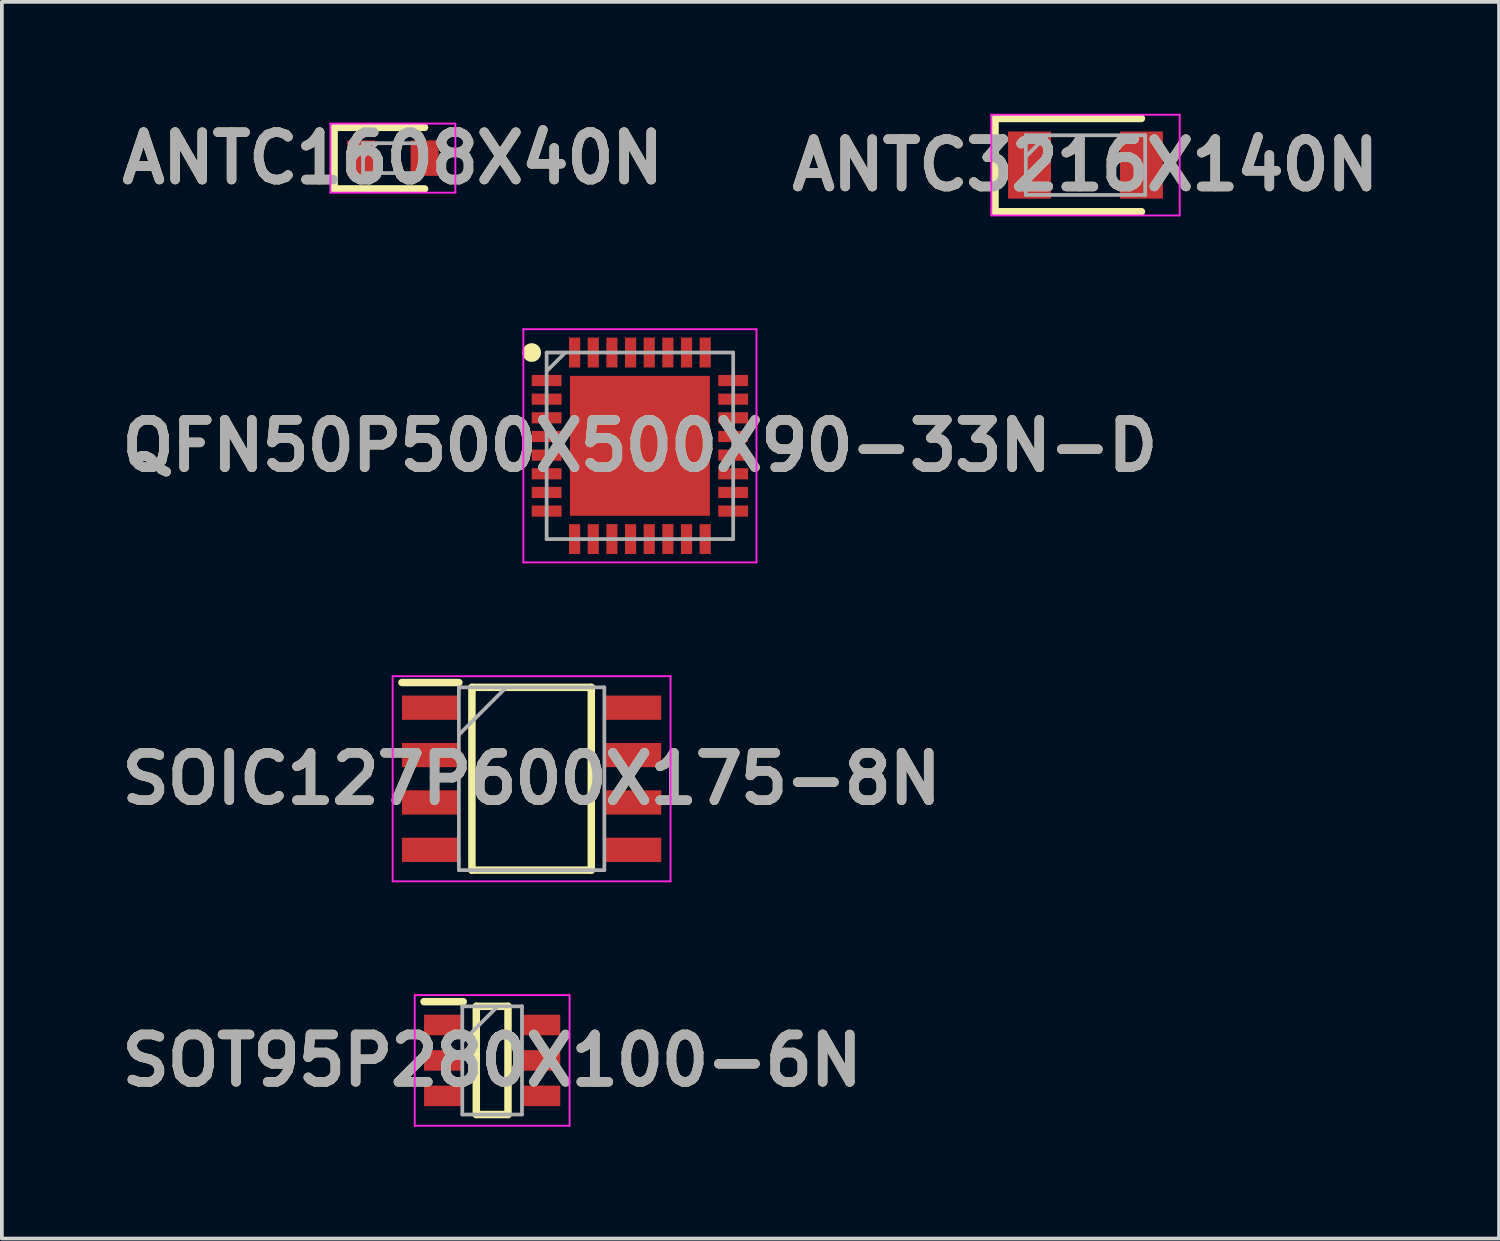
<source format=kicad_pcb>
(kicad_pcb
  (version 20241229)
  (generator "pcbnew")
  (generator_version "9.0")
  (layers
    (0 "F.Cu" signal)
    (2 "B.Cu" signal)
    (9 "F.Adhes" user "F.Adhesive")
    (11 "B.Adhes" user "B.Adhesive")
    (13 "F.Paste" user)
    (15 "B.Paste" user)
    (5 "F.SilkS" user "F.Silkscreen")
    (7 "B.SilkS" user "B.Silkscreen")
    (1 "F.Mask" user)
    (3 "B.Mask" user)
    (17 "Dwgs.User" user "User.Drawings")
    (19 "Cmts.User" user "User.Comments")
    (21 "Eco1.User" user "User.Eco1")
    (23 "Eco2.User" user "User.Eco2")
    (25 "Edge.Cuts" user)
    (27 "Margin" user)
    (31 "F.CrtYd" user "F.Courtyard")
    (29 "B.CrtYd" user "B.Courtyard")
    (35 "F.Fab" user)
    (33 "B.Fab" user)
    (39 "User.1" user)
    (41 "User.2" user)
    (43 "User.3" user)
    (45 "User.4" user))
  (footprint "QFN50P500X500X90-33N-D"
    (layer "F.Cu")
    (at 14.103 8.9)
    (property "Reference" "QFN50P500X500X90-33N-D" (at 0 0 0) (layer "F.SilkS") (effects (font (size 1.27 1.27) (thickness 0.254))))
    (attr smd)
    (fp_circle (center -2.9 -2.5) (end -2.9 -2.375) (stroke (width 0.25) (type solid)) (fill no) (layer "F.SilkS"))
    (fp_line (start -3.125 -3.125) (end 3.125 -3.125) (stroke (width 0.05) (type solid)) (layer "F.CrtYd"))
    (fp_line (start -3.125 3.125) (end -3.125 -3.125) (stroke (width 0.05) (type solid)) (layer "F.CrtYd"))
    (fp_line (start 3.125 -3.125) (end 3.125 3.125) (stroke (width 0.05) (type solid)) (layer "F.CrtYd"))
    (fp_line (start 3.125 3.125) (end -3.125 3.125) (stroke (width 0.05) (type solid)) (layer "F.CrtYd"))
    (fp_line (start -2.5 -2.5) (end 2.5 -2.5) (stroke (width 0.1) (type solid)) (layer "F.Fab"))
    (fp_line (start -2.5 -2) (end -2 -2.5) (stroke (width 0.1) (type solid)) (layer "F.Fab"))
    (fp_line (start -2.5 2.5) (end -2.5 -2.5) (stroke (width 0.1) (type solid)) (layer "F.Fab"))
    (fp_line (start 2.5 -2.5) (end 2.5 2.5) (stroke (width 0.1) (type solid)) (layer "F.Fab"))
    (fp_line (start 2.5 2.5) (end -2.5 2.5) (stroke (width 0.1) (type solid)) (layer "F.Fab"))
    (fp_text user "${REFERENCE}" (at 0 0 0) (layer "F.Fab") (effects (font (size 1.27 1.27) (thickness 0.254))))
    (pad "1" smd rect (at -2.5 -1.75 90) (size 0.3 0.8) (layers "F.Cu" "F.Mask" "F.Paste"))
    (pad "2" smd rect (at -2.5 -1.25 90) (size 0.3 0.8) (layers "F.Cu" "F.Mask" "F.Paste"))
    (pad "3" smd rect (at -2.5 -0.75 90) (size 0.3 0.8) (layers "F.Cu" "F.Mask" "F.Paste"))
    (pad "4" smd rect (at -2.5 -0.25 90) (size 0.3 0.8) (layers "F.Cu" "F.Mask" "F.Paste"))
    (pad "5" smd rect (at -2.5 0.25 90) (size 0.3 0.8) (layers "F.Cu" "F.Mask" "F.Paste"))
    (pad "6" smd rect (at -2.5 0.75 90) (size 0.3 0.8) (layers "F.Cu" "F.Mask" "F.Paste"))
    (pad "7" smd rect (at -2.5 1.25 90) (size 0.3 0.8) (layers "F.Cu" "F.Mask" "F.Paste"))
    (pad "8" smd rect (at -2.5 1.75 90) (size 0.3 0.8) (layers "F.Cu" "F.Mask" "F.Paste"))
    (pad "9" smd rect (at -1.75 2.5) (size 0.3 0.8) (layers "F.Cu" "F.Mask" "F.Paste"))
    (pad "10" smd rect (at -1.25 2.5) (size 0.3 0.8) (layers "F.Cu" "F.Mask" "F.Paste"))
    (pad "11" smd rect (at -0.75 2.5) (size 0.3 0.8) (layers "F.Cu" "F.Mask" "F.Paste"))
    (pad "12" smd rect (at -0.25 2.5) (size 0.3 0.8) (layers "F.Cu" "F.Mask" "F.Paste"))
    (pad "13" smd rect (at 0.25 2.5) (size 0.3 0.8) (layers "F.Cu" "F.Mask" "F.Paste"))
    (pad "14" smd rect (at 0.75 2.5) (size 0.3 0.8) (layers "F.Cu" "F.Mask" "F.Paste"))
    (pad "15" smd rect (at 1.25 2.5) (size 0.3 0.8) (layers "F.Cu" "F.Mask" "F.Paste"))
    (pad "16" smd rect (at 1.75 2.5) (size 0.3 0.8) (layers "F.Cu" "F.Mask" "F.Paste"))
    (pad "17" smd rect (at 2.5 1.75 90) (size 0.3 0.8) (layers "F.Cu" "F.Mask" "F.Paste"))
    (pad "18" smd rect (at 2.5 1.25 90) (size 0.3 0.8) (layers "F.Cu" "F.Mask" "F.Paste"))
    (pad "19" smd rect (at 2.5 0.75 90) (size 0.3 0.8) (layers "F.Cu" "F.Mask" "F.Paste"))
    (pad "20" smd rect (at 2.5 0.25 90) (size 0.3 0.8) (layers "F.Cu" "F.Mask" "F.Paste"))
    (pad "21" smd rect (at 2.5 -0.25 90) (size 0.3 0.8) (layers "F.Cu" "F.Mask" "F.Paste"))
    (pad "22" smd rect (at 2.5 -0.75 90) (size 0.3 0.8) (layers "F.Cu" "F.Mask" "F.Paste"))
    (pad "23" smd rect (at 2.5 -1.25 90) (size 0.3 0.8) (layers "F.Cu" "F.Mask" "F.Paste"))
    (pad "24" smd rect (at 2.5 -1.75 90) (size 0.3 0.8) (layers "F.Cu" "F.Mask" "F.Paste"))
    (pad "25" smd rect (at 1.75 -2.5) (size 0.3 0.8) (layers "F.Cu" "F.Mask" "F.Paste"))
    (pad "26" smd rect (at 1.25 -2.5) (size 0.3 0.8) (layers "F.Cu" "F.Mask" "F.Paste"))
    (pad "27" smd rect (at 0.75 -2.5) (size 0.3 0.8) (layers "F.Cu" "F.Mask" "F.Paste"))
    (pad "28" smd rect (at 0.25 -2.5) (size 0.3 0.8) (layers "F.Cu" "F.Mask" "F.Paste"))
    (pad "29" smd rect (at -0.25 -2.5) (size 0.3 0.8) (layers "F.Cu" "F.Mask" "F.Paste"))
    (pad "30" smd rect (at -0.75 -2.5) (size 0.3 0.8) (layers "F.Cu" "F.Mask" "F.Paste"))
    (pad "31" smd rect (at -1.25 -2.5) (size 0.3 0.8) (layers "F.Cu" "F.Mask" "F.Paste"))
    (pad "32" smd rect (at -1.75 -2.5) (size 0.3 0.8) (layers "F.Cu" "F.Mask" "F.Paste"))
    (pad "33" smd rect (at 0 0) (size 3.75 3.75) (layers "F.Cu" "F.Mask" "F.Paste")))
  (footprint "SOT95P280X100-6N"
    (layer "F.Cu")
    (at 10.142 25.375)
    (property "Reference" "SOT95P280X100-6N" (at 0 0 0) (layer "F.SilkS") (effects (font (size 1.27 1.27) (thickness 0.254))))
    (attr smd)
    (fp_line (start -1.825 -1.575) (end -0.775 -1.575) (stroke (width 0.2) (type solid)) (layer "F.SilkS"))
    (fp_line (start -0.425 -1.45) (end 0.425 -1.45) (stroke (width 0.2) (type solid)) (layer "F.SilkS"))
    (fp_line (start -0.425 1.45) (end -0.425 -1.45) (stroke (width 0.2) (type solid)) (layer "F.SilkS"))
    (fp_line (start 0.425 -1.45) (end 0.425 1.45) (stroke (width 0.2) (type solid)) (layer "F.SilkS"))
    (fp_line (start 0.425 1.45) (end -0.425 1.45) (stroke (width 0.2) (type solid)) (layer "F.SilkS"))
    (fp_line (start -2.075 -1.75) (end 2.075 -1.75) (stroke (width 0.05) (type solid)) (layer "F.CrtYd"))
    (fp_line (start -2.075 1.75) (end -2.075 -1.75) (stroke (width 0.05) (type solid)) (layer "F.CrtYd"))
    (fp_line (start 2.075 -1.75) (end 2.075 1.75) (stroke (width 0.05) (type solid)) (layer "F.CrtYd"))
    (fp_line (start 2.075 1.75) (end -2.075 1.75) (stroke (width 0.05) (type solid)) (layer "F.CrtYd"))
    (fp_line (start -0.8 -1.45) (end 0.8 -1.45) (stroke (width 0.1) (type solid)) (layer "F.Fab"))
    (fp_line (start -0.8 -0.5) (end 0.15 -1.45) (stroke (width 0.1) (type solid)) (layer "F.Fab"))
    (fp_line (start -0.8 1.45) (end -0.8 -1.45) (stroke (width 0.1) (type solid)) (layer "F.Fab"))
    (fp_line (start 0.8 -1.45) (end 0.8 1.45) (stroke (width 0.1) (type solid)) (layer "F.Fab"))
    (fp_line (start 0.8 1.45) (end -0.8 1.45) (stroke (width 0.1) (type solid)) (layer "F.Fab"))
    (fp_text user "${REFERENCE}" (at 0 0 0) (layer "F.Fab") (effects (font (size 1.27 1.27) (thickness 0.254))))
    (pad "1" smd rect (at -1.3 -0.95 90) (size 0.55 1.05) (layers "F.Cu" "F.Mask" "F.Paste"))
    (pad "2" smd rect (at -1.3 0 90) (size 0.55 1.05) (layers "F.Cu" "F.Mask" "F.Paste"))
    (pad "3" smd rect (at -1.3 0.95 90) (size 0.55 1.05) (layers "F.Cu" "F.Mask" "F.Paste"))
    (pad "4" smd rect (at 1.3 0.95 90) (size 0.55 1.05) (layers "F.Cu" "F.Mask" "F.Paste"))
    (pad "5" smd rect (at 1.3 0 90) (size 0.55 1.05) (layers "F.Cu" "F.Mask" "F.Paste"))
    (pad "6" smd rect (at 1.3 -0.95 90) (size 0.55 1.05) (layers "F.Cu" "F.Mask" "F.Paste")))
  (footprint "ANTC3216X140N"
    (layer "F.Cu")
    (at 26.047 1.375)
    (property "Reference" "ANTC3216X140N" (at 0 0 0) (layer "F.SilkS") (effects (font (size 1.27 1.27) (thickness 0.254))))
    (attr smd)
    (fp_line (start -2.425 -1.25) (end -2.425 1.25) (stroke (width 0.2) (type solid)) (layer "F.SilkS"))
    (fp_line (start -2.425 1.25) (end 1.5 1.25) (stroke (width 0.2) (type solid)) (layer "F.SilkS"))
    (fp_line (start 1.5 -1.25) (end -2.425 -1.25) (stroke (width 0.2) (type solid)) (layer "F.SilkS"))
    (fp_line (start -2.525 -1.35) (end 2.525 -1.35) (stroke (width 0.05) (type solid)) (layer "F.CrtYd"))
    (fp_line (start -2.525 1.35) (end -2.525 -1.35) (stroke (width 0.05) (type solid)) (layer "F.CrtYd"))
    (fp_line (start 2.525 -1.35) (end 2.525 1.35) (stroke (width 0.05) (type solid)) (layer "F.CrtYd"))
    (fp_line (start 2.525 1.35) (end -2.525 1.35) (stroke (width 0.05) (type solid)) (layer "F.CrtYd"))
    (fp_line (start -1.6 -0.8) (end 1.6 -0.8) (stroke (width 0.1) (type solid)) (layer "F.Fab"))
    (fp_line (start -1.6 -0.225) (end -1.025 -0.8) (stroke (width 0.1) (type solid)) (layer "F.Fab"))
    (fp_line (start -1.6 0.8) (end -1.6 -0.8) (stroke (width 0.1) (type solid)) (layer "F.Fab"))
    (fp_line (start 1.6 -0.8) (end 1.6 0.8) (stroke (width 0.1) (type solid)) (layer "F.Fab"))
    (fp_line (start 1.6 0.8) (end -1.6 0.8) (stroke (width 0.1) (type solid)) (layer "F.Fab"))
    (fp_text user "${REFERENCE}" (at 0 0 0) (layer "F.Fab") (effects (font (size 1.27 1.27) (thickness 0.254))))
    (pad "1" smd rect (at -1.5 0) (size 1.15 1.8) (layers "F.Cu" "F.Mask" "F.Paste"))
    (pad "2" smd rect (at 1.5 0) (size 1.15 1.8) (layers "F.Cu" "F.Mask" "F.Paste")))
  (footprint "SOIC127P600X175-8N"
    (layer "F.Cu")
    (at 11.2 17.825)
    (property "Reference" "SOIC127P600X175-8N" (at 0 0 0) (layer "F.SilkS") (effects (font (size 1.27 1.27) (thickness 0.254))))
    (attr smd)
    (fp_line (start -3.475 -2.58) (end -1.95 -2.58) (stroke (width 0.2) (type solid)) (layer "F.SilkS"))
    (fp_line (start -1.6 -2.45) (end 1.6 -2.45) (stroke (width 0.2) (type solid)) (layer "F.SilkS"))
    (fp_line (start -1.6 2.45) (end -1.6 -2.45) (stroke (width 0.2) (type solid)) (layer "F.SilkS"))
    (fp_line (start 1.6 -2.45) (end 1.6 2.45) (stroke (width 0.2) (type solid)) (layer "F.SilkS"))
    (fp_line (start 1.6 2.45) (end -1.6 2.45) (stroke (width 0.2) (type solid)) (layer "F.SilkS"))
    (fp_line (start -3.725 -2.75) (end 3.725 -2.75) (stroke (width 0.05) (type solid)) (layer "F.CrtYd"))
    (fp_line (start -3.725 2.75) (end -3.725 -2.75) (stroke (width 0.05) (type solid)) (layer "F.CrtYd"))
    (fp_line (start 3.725 -2.75) (end 3.725 2.75) (stroke (width 0.05) (type solid)) (layer "F.CrtYd"))
    (fp_line (start 3.725 2.75) (end -3.725 2.75) (stroke (width 0.05) (type solid)) (layer "F.CrtYd"))
    (fp_line (start -1.95 -2.45) (end 1.95 -2.45) (stroke (width 0.1) (type solid)) (layer "F.Fab"))
    (fp_line (start -1.95 -1.18) (end -0.68 -2.45) (stroke (width 0.1) (type solid)) (layer "F.Fab"))
    (fp_line (start -1.95 2.45) (end -1.95 -2.45) (stroke (width 0.1) (type solid)) (layer "F.Fab"))
    (fp_line (start 1.95 -2.45) (end 1.95 2.45) (stroke (width 0.1) (type solid)) (layer "F.Fab"))
    (fp_line (start 1.95 2.45) (end -1.95 2.45) (stroke (width 0.1) (type solid)) (layer "F.Fab"))
    (fp_text user "${REFERENCE}" (at 0 0 0) (layer "F.Fab") (effects (font (size 1.27 1.27) (thickness 0.254))))
    (pad "1" smd rect (at -2.712 -1.905 90) (size 0.65 1.525) (layers "F.Cu" "F.Mask" "F.Paste"))
    (pad "2" smd rect (at -2.712 -0.635 90) (size 0.65 1.525) (layers "F.Cu" "F.Mask" "F.Paste"))
    (pad "3" smd rect (at -2.712 0.635 90) (size 0.65 1.525) (layers "F.Cu" "F.Mask" "F.Paste"))
    (pad "4" smd rect (at -2.712 1.905 90) (size 0.65 1.525) (layers "F.Cu" "F.Mask" "F.Paste"))
    (pad "5" smd rect (at 2.712 1.905 90) (size 0.65 1.525) (layers "F.Cu" "F.Mask" "F.Paste"))
    (pad "6" smd rect (at 2.712 0.635 90) (size 0.65 1.525) (layers "F.Cu" "F.Mask" "F.Paste"))
    (pad "7" smd rect (at 2.712 -0.635 90) (size 0.65 1.525) (layers "F.Cu" "F.Mask" "F.Paste"))
    (pad "8" smd rect (at 2.712 -1.905 90) (size 0.65 1.525) (layers "F.Cu" "F.Mask" "F.Paste")))
  (footprint "ANTC1608X40N"
    (layer "F.Cu")
    (at 7.481 1.189)
    (property "Reference" "ANTC1608X40N" (at 0 0 0) (layer "F.SilkS") (effects (font (size 1.27 1.27) (thickness 0.254))))
    (attr smd)
    (fp_line (start -1.575 -0.825) (end -1.575 0.825) (stroke (width 0.2) (type solid)) (layer "F.SilkS"))
    (fp_line (start -1.575 0.825) (end 0.85 0.825) (stroke (width 0.2) (type solid)) (layer "F.SilkS"))
    (fp_line (start 0.85 -0.825) (end -1.575 -0.825) (stroke (width 0.2) (type solid)) (layer "F.SilkS"))
    (fp_line (start -1.675 -0.925) (end 1.675 -0.925) (stroke (width 0.05) (type solid)) (layer "F.CrtYd"))
    (fp_line (start -1.675 0.925) (end -1.675 -0.925) (stroke (width 0.05) (type solid)) (layer "F.CrtYd"))
    (fp_line (start 1.675 -0.925) (end 1.675 0.925) (stroke (width 0.05) (type solid)) (layer "F.CrtYd"))
    (fp_line (start 1.675 0.925) (end -1.675 0.925) (stroke (width 0.05) (type solid)) (layer "F.CrtYd"))
    (fp_line (start -0.8 -0.4) (end 0.8 -0.4) (stroke (width 0.1) (type solid)) (layer "F.Fab"))
    (fp_line (start -0.8 -0.025) (end -0.425 -0.4) (stroke (width 0.1) (type solid)) (layer "F.Fab"))
    (fp_line (start -0.8 0.4) (end -0.8 -0.4) (stroke (width 0.1) (type solid)) (layer "F.Fab"))
    (fp_line (start 0.8 -0.4) (end 0.8 0.4) (stroke (width 0.1) (type solid)) (layer "F.Fab"))
    (fp_line (start 0.8 0.4) (end -0.8 0.4) (stroke (width 0.1) (type solid)) (layer "F.Fab"))
    (fp_text user "${REFERENCE}" (at 0 0 0) (layer "F.Fab") (effects (font (size 1.27 1.27) (thickness 0.254))))
    (pad "1" smd rect (at -0.85 0) (size 0.75 0.95) (layers "F.Cu" "F.Mask" "F.Paste"))
    (pad "2" smd rect (at 0.85 0) (size 0.75 0.95) (layers "F.Cu" "F.Mask" "F.Paste")))
  (gr_rect
    (start -3 -3)
    (end 37.133 30.15)
    (stroke (width 0.1) (type default))
    (fill no)
    (layer "Edge.Cuts")))
</source>
